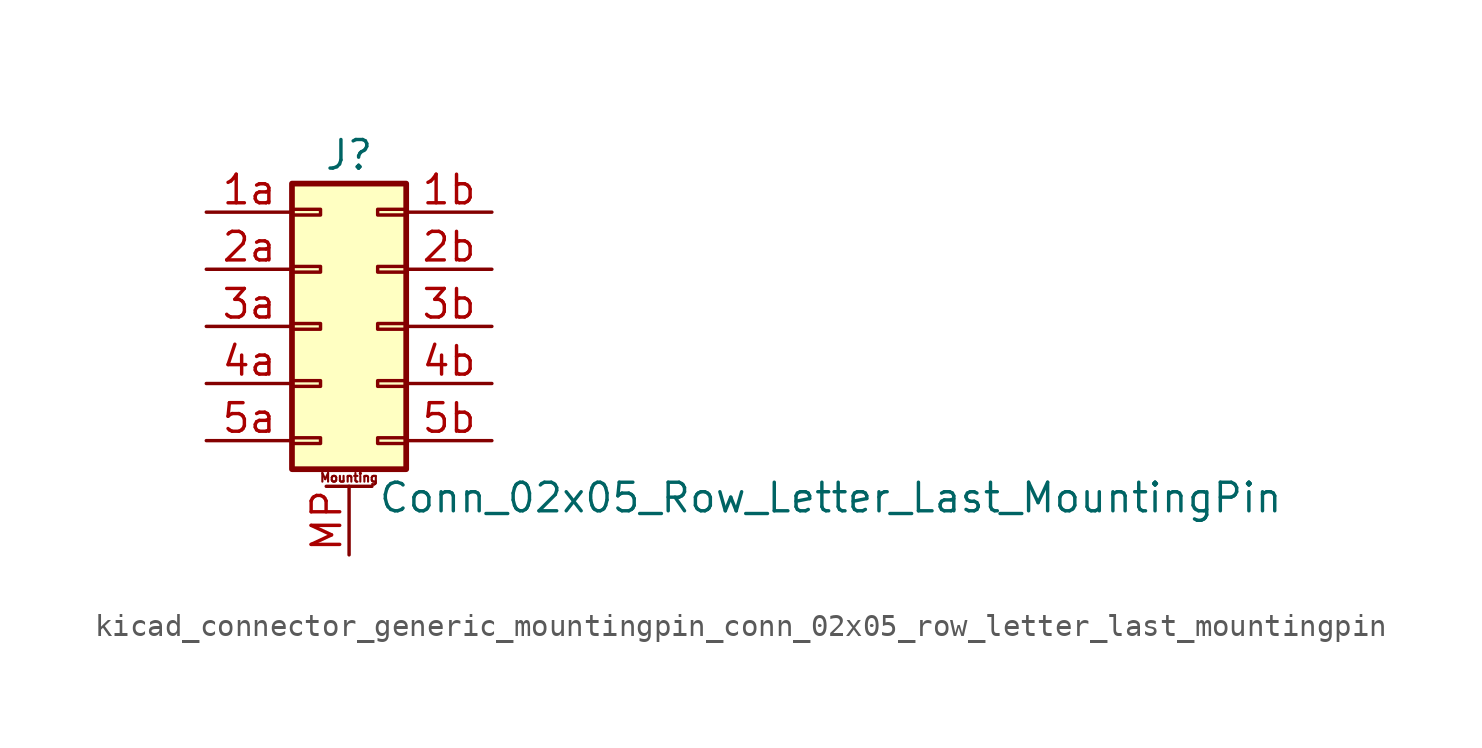
<source format=kicad_sym>
(kicad_symbol_lib
  (version 20220914)
  (generator kicad_symbol_editor)
  (symbol "kicad_connector_generic_mountingpin_conn_02x05_row_letter_last_mountingpin"
    (pin_names
      (offset 1.016) hide)
    (property "Reference" "J"
      (at 1.27 7.62 0)
      (effects (font (size 1.27 1.27))))
    (property "Value" "Conn_02x05_Row_Letter_Last_MountingPin"
      (at 2.54 -7.62 0)
      (effects (font (size 1.27 1.27)) (justify left)))
    (symbol "kicad_connector_generic_mountingpin_conn_02x05_row_letter_last_mountingpin_1_1"
      (rectangle (start -1.27 -4.953) (end 0 -5.207) (stroke (width 0.152) (type default)) (fill (type none)))
      (rectangle (start -1.27 -2.413) (end 0 -2.667) (stroke (width 0.152) (type default)) (fill (type none)))
      (rectangle (start -1.27 0.127) (end 0 -0.127) (stroke (width 0.152) (type default)) (fill (type none)))
      (rectangle (start -1.27 2.667) (end 0 2.413) (stroke (width 0.152) (type default)) (fill (type none)))
      (rectangle (start -1.27 5.207) (end 0 4.953) (stroke (width 0.152) (type default)) (fill (type none)))
      (rectangle (start -1.27 6.35) (end 3.81 -6.35) (stroke (width 0.254) (type default)) (fill (type background)))
      (polyline (pts (xy 0.254 -7.112) (xy 2.286 -7.112)) (stroke (width 0.152) (type default)) (fill (type none)))
      (rectangle (start 3.81 -4.953) (end 2.54 -5.207) (stroke (width 0.152) (type default)) (fill (type none)))
      (rectangle (start 3.81 -2.413) (end 2.54 -2.667) (stroke (width 0.152) (type default)) (fill (type none)))
      (rectangle (start 3.81 0.127) (end 2.54 -0.127) (stroke (width 0.152) (type default)) (fill (type none)))
      (rectangle (start 3.81 2.667) (end 2.54 2.413) (stroke (width 0.152) (type default)) (fill (type none)))
      (rectangle (start 3.81 5.207) (end 2.54 4.953) (stroke (width 0.152) (type default)) (fill (type none)))
      (text "Mounting" (at 1.27 -6.731 0) (effects (font (size 0.381 0.381))))
      (pin passive line (at -5.08 5.08 0) (length 3.81) (name "Pin_1a" (effects (font (size 1.27 1.27)))) (number "1a" (effects (font (size 1.27 1.27)))))
      (pin passive line (at 7.62 5.08 180) (length 3.81) (name "Pin_1b" (effects (font (size 1.27 1.27)))) (number "1b" (effects (font (size 1.27 1.27)))))
      (pin passive line (at -5.08 2.54 0) (length 3.81) (name "Pin_2a" (effects (font (size 1.27 1.27)))) (number "2a" (effects (font (size 1.27 1.27)))))
      (pin passive line (at 7.62 2.54 180) (length 3.81) (name "Pin_2b" (effects (font (size 1.27 1.27)))) (number "2b" (effects (font (size 1.27 1.27)))))
      (pin passive line (at -5.08 0 0) (length 3.81) (name "Pin_3a" (effects (font (size 1.27 1.27)))) (number "3a" (effects (font (size 1.27 1.27)))))
      (pin passive line (at 7.62 0 180) (length 3.81) (name "Pin_3b" (effects (font (size 1.27 1.27)))) (number "3b" (effects (font (size 1.27 1.27)))))
      (pin passive line (at -5.08 -2.54 0) (length 3.81) (name "Pin_4a" (effects (font (size 1.27 1.27)))) (number "4a" (effects (font (size 1.27 1.27)))))
      (pin passive line (at 7.62 -2.54 180) (length 3.81) (name "Pin_4b" (effects (font (size 1.27 1.27)))) (number "4b" (effects (font (size 1.27 1.27)))))
      (pin passive line (at -5.08 -5.08 0) (length 3.81) (name "Pin_5a" (effects (font (size 1.27 1.27)))) (number "5a" (effects (font (size 1.27 1.27)))))
      (pin passive line (at 7.62 -5.08 180) (length 3.81) (name "Pin_5b" (effects (font (size 1.27 1.27)))) (number "5b" (effects (font (size 1.27 1.27)))))
      (pin passive line (at 1.27 -10.16 90) (length 3.048) (name "MountPin" (effects (font (size 1.27 1.27)))) (number "MP" (effects (font (size 1.27 1.27))))))))
</source>
